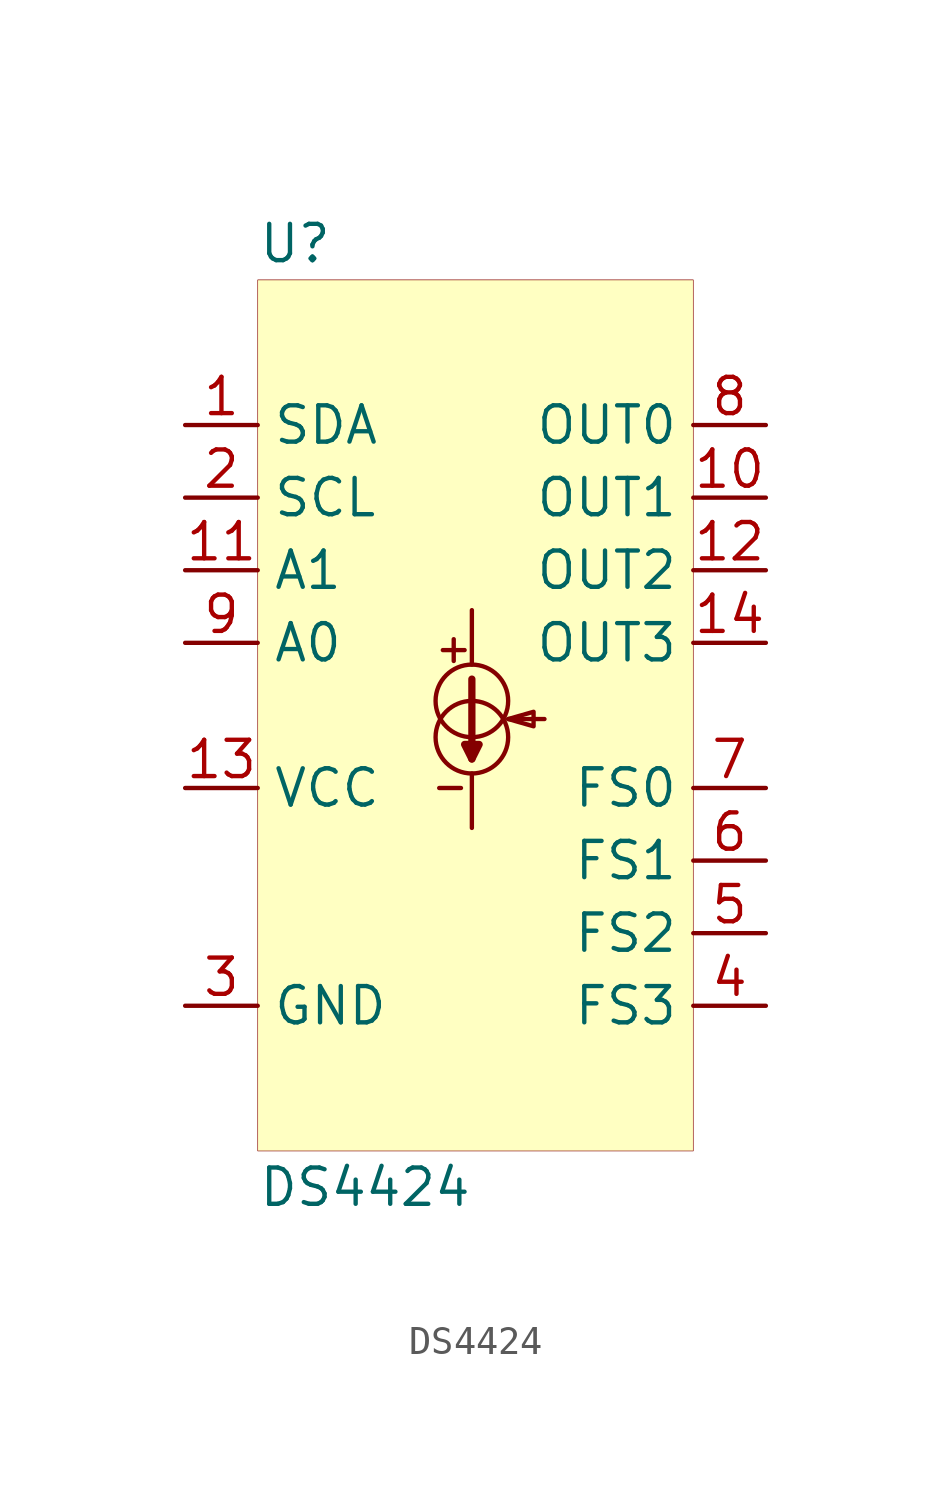
<source format=kicad_sym>
(kicad_symbol_lib
  (version 20241209)
  (generator "kicad_symbol_editor")
  (generator_version "9.0")
  (symbol "DS4424"
    (property "Reference" "U"
      (at 0 1.27 0)
      (effects (font (size 1.27 1.27)) (justify left)))
    (property "Value" "DS4424"
      (at 0 -31.75 0)
      (effects (font (size 1.27 1.27)) (justify left)))
    (symbol "DS4424_0_1"
      (rectangle (start 0 0) (end 15.24 -30.48) (stroke (width 0.001) (type default)) (fill (type background)))
      (polyline (pts (xy 6.35 -17.78) (xy 7.112 -17.78)) (stroke (width 0) (type default)) (fill (type none)))
      (polyline (pts (xy 6.477 -12.954) (xy 7.239 -12.954)) (stroke (width 0) (type default)) (fill (type none)))
      (polyline (pts (xy 6.858 -12.573) (xy 6.858 -13.335)) (stroke (width 0) (type default)) (fill (type none)))
      (polyline (pts (xy 7.493 -11.557) (xy 7.493 -13.462)) (stroke (width 0) (type default)) (fill (type none)))
      (polyline (pts (xy 7.493 -13.97) (xy 7.493 -16.764)) (stroke (width 0.254) (type default)) (fill (type none)))
      (circle (center 7.493 -14.732) (radius 1.27) (stroke (width 0) (type default)) (fill (type none)))
      (circle (center 7.493 -16.002) (radius 1.27) (stroke (width 0) (type default)) (fill (type none)))
      (polyline (pts (xy 7.493 -16.764) (xy 7.239 -16.256) (xy 7.747 -16.256) (xy 7.493 -16.764)) (stroke (width 0.254) (type default)) (fill (type none)))
      (polyline (pts (xy 7.493 -17.272) (xy 7.493 -19.177)) (stroke (width 0) (type default)) (fill (type none)))
      (polyline (pts (xy 8.763 -15.367) (xy 9.652 -15.113) (xy 9.652 -15.621) (xy 8.763 -15.367)) (stroke (width 0) (type default)) (fill (type none)))
      (polyline (pts (xy 10.033 -15.367) (xy 8.763 -15.367)) (stroke (width 0) (type default)) (fill (type none))))
    (symbol "DS4424_1_1"
      (pin input line (at -2.54 -5.08 0) (length 2.54) (name "SDA" (effects (font (size 1.27 1.27)))) (number "1" (effects (font (size 1.27 1.27)))))
      (pin input line (at -2.54 -7.62 0) (length 2.54) (name "SCL" (effects (font (size 1.27 1.27)))) (number "2" (effects (font (size 1.27 1.27)))))
      (pin input line (at -2.54 -10.16 0) (length 2.54) (name "A1" (effects (font (size 1.27 1.27)))) (number "11" (effects (font (size 1.27 1.27)))))
      (pin input line (at -2.54 -12.7 0) (length 2.54) (name "A0" (effects (font (size 1.27 1.27)))) (number "9" (effects (font (size 1.27 1.27)))))
      (pin power_in line (at -2.54 -17.78 0) (length 2.54) (name "VCC" (effects (font (size 1.27 1.27)))) (number "13" (effects (font (size 1.27 1.27)))))
      (pin power_in line (at -2.54 -25.4 0) (length 2.54) (hide yes) (name "GND" (effects (font (size 1.27 1.27)))) (number "15" (effects (font (size 1.27 1.27)))))
      (pin power_in line (at -2.54 -25.4 0) (length 2.54) (name "GND" (effects (font (size 1.27 1.27)))) (number "3" (effects (font (size 1.27 1.27)))))
      (pin bidirectional line (at 17.78 -5.08 180) (length 2.54) (name "OUT0" (effects (font (size 1.27 1.27)))) (number "8" (effects (font (size 1.27 1.27)))))
      (pin bidirectional line (at 17.78 -7.62 180) (length 2.54) (name "OUT1" (effects (font (size 1.27 1.27)))) (number "10" (effects (font (size 1.27 1.27)))))
      (pin bidirectional line (at 17.78 -10.16 180) (length 2.54) (name "OUT2" (effects (font (size 1.27 1.27)))) (number "12" (effects (font (size 1.27 1.27)))))
      (pin bidirectional line (at 17.78 -12.7 180) (length 2.54) (name "OUT3" (effects (font (size 1.27 1.27)))) (number "14" (effects (font (size 1.27 1.27)))))
      (pin input line (at 17.78 -17.78 180) (length 2.54) (name "FS0" (effects (font (size 1.27 1.27)))) (number "7" (effects (font (size 1.27 1.27)))))
      (pin input line (at 17.78 -20.32 180) (length 2.54) (name "FS1" (effects (font (size 1.27 1.27)))) (number "6" (effects (font (size 1.27 1.27)))))
      (pin input line (at 17.78 -22.86 180) (length 2.54) (name "FS2" (effects (font (size 1.27 1.27)))) (number "5" (effects (font (size 1.27 1.27)))))
      (pin input line (at 17.78 -25.4 180) (length 2.54) (name "FS3" (effects (font (size 1.27 1.27)))) (number "4" (effects (font (size 1.27 1.27))))))))
</source>
